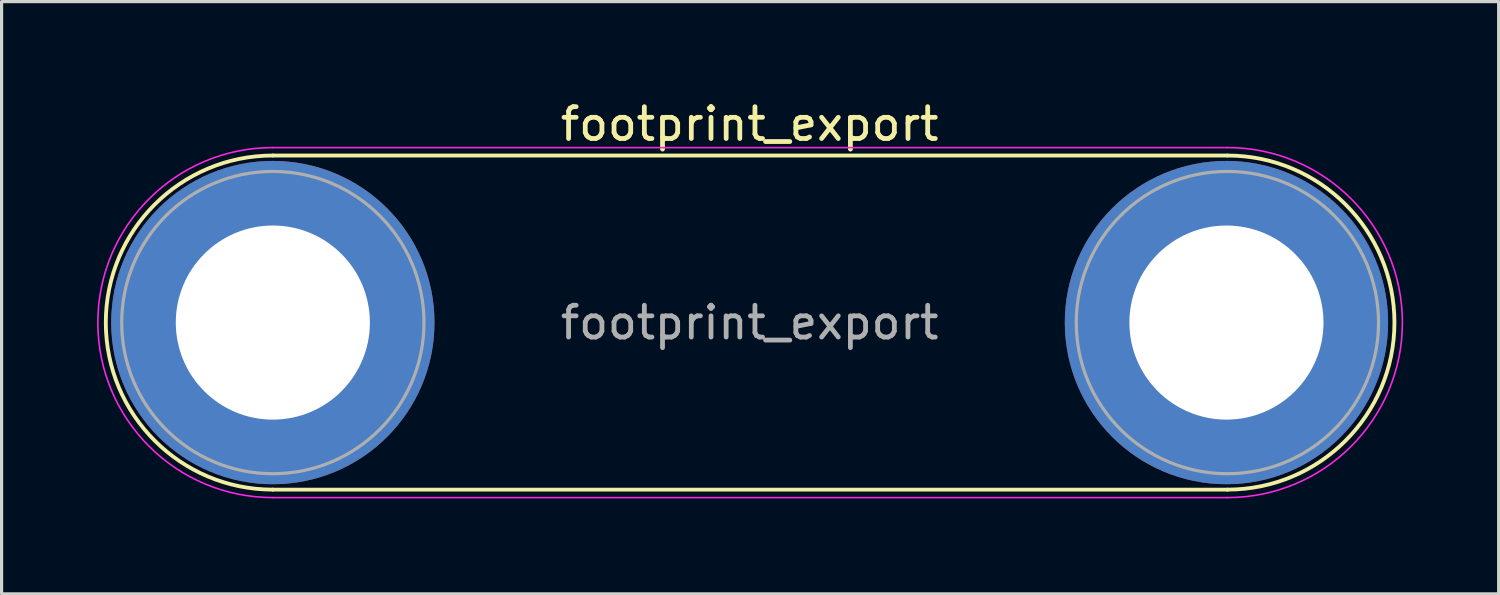
<source format=kicad_pcb>
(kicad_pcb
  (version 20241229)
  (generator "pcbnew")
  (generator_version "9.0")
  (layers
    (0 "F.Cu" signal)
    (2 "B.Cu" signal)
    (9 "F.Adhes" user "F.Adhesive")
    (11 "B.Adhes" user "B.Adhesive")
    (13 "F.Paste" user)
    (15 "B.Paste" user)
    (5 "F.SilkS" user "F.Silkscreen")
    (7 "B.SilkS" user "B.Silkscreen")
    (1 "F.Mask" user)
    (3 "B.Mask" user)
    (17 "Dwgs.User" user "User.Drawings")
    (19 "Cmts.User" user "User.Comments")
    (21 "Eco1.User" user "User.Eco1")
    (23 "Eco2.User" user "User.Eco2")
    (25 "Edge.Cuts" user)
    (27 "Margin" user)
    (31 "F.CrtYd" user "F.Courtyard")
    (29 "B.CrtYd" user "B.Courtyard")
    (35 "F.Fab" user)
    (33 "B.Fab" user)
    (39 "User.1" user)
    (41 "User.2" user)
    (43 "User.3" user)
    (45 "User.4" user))
  (footprint "footprint_export"
    (layer "F.Cu")
    (at 5.525 7.088)
    (property "Reference" "footprint_export" (at 14.985 -6.24 0) (layer "F.SilkS") (effects (font (size 1 1) (thickness 0.15))))
    (attr through_hole)
    (fp_line (start 0 5.25) (end 30 5.25) (stroke (width 0.12) (type solid)) (layer "F.SilkS"))
    (fp_line (start 30 -5.25) (end 0 -5.25) (stroke (width 0.12) (type solid)) (layer "F.SilkS"))
    (fp_arc (start 0 5.25) (mid -5.25 0) (end 0 -5.25) (stroke (width 0.12) (type solid)) (layer "F.SilkS"))
    (fp_arc (start 30 -5.25) (mid 35.25 0) (end 30 5.25) (stroke (width 0.12) (type solid)) (layer "F.SilkS"))
    (fp_line (start 0 5.5) (end 30 5.5) (stroke (width 0.05) (type solid)) (layer "F.CrtYd"))
    (fp_line (start 30 -5.5) (end 0 -5.5) (stroke (width 0.05) (type solid)) (layer "F.CrtYd"))
    (fp_arc (start 0 5.5) (mid -5.5 0) (end 0 -5.5) (stroke (width 0.05) (type solid)) (layer "F.CrtYd"))
    (fp_arc (start 30 -5.5) (mid 35.5 0) (end 30 5.5) (stroke (width 0.05) (type solid)) (layer "F.CrtYd"))
    (fp_circle (center 0 0) (end 2 0) (stroke (width 0.1) (type solid)) (fill no) (layer "F.Fab"))
    (fp_circle (center 0 0) (end 4.75 0) (stroke (width 0.1) (type solid)) (fill no) (layer "F.Fab"))
    (fp_circle (center 30 0) (end 32 0) (stroke (width 0.1) (type solid)) (fill no) (layer "F.Fab"))
    (fp_circle (center 30 0) (end 34.75 0) (stroke (width 0.1) (type solid)) (fill no) (layer "F.Fab"))
    (fp_text user "${REFERENCE}" (at 14.985 0 0) (layer "F.Fab") (effects (font (size 1 1) (thickness 0.15))))
    (pad "1" thru_hole circle (at 0 0) (size 10.16 10.16) (drill 6.1) (layers "*.Cu" "*.Mask"))
    (pad "2" thru_hole circle (at 29.97 0) (size 10.16 10.16) (drill 6.1) (layers "*.Cu" "*.Mask")))
  (gr_rect
    (start -3 -3)
    (end 44.05 15.613)
    (stroke (width 0.1) (type default))
    (fill no)
    (layer "Edge.Cuts")))
</source>
